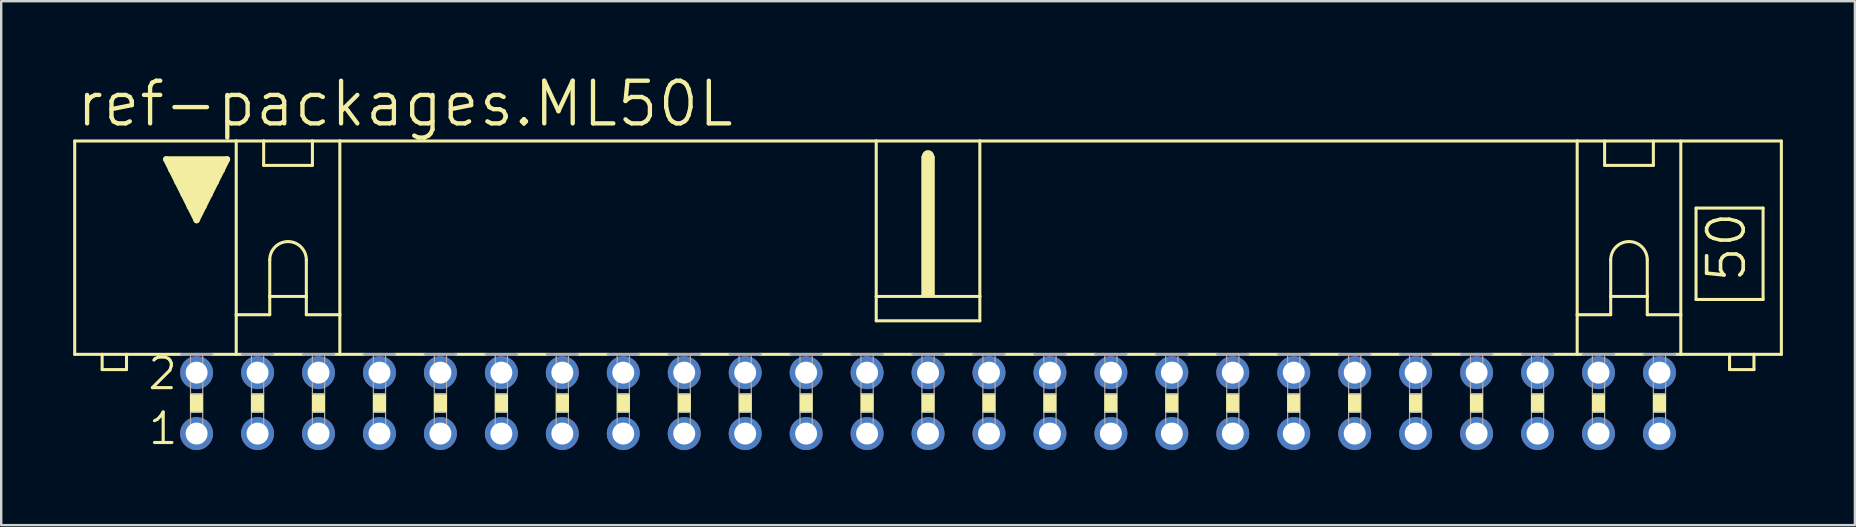
<source format=kicad_pcb>
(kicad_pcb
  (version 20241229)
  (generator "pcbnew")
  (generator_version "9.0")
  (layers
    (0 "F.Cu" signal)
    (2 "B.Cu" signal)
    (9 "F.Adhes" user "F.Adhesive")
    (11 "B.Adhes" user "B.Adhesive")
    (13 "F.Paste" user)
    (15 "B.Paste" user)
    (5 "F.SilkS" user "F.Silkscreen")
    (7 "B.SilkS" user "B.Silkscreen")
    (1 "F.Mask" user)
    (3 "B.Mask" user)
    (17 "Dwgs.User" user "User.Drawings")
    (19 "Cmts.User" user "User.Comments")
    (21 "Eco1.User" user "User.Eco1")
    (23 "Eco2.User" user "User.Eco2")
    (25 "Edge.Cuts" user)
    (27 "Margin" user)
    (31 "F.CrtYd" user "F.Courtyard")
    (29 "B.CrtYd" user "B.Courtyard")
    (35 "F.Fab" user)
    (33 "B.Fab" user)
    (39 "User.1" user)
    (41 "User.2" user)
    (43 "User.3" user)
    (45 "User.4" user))
  (footprint "ref-packages.ML50L"
    (layer "F.Cu")
    (at 35.623 13.748)
    (property "Reference" "ref-packages.ML50L" (at -35.585 -11.43 0) (layer "F.SilkS") (effects (font (size 1.778 1.778) (thickness 0.18)) (justify left bottom)))
    (attr through_hole)
    (fp_line (start -35.56 -10.922) (end -35.56 -2.032) (stroke (width 0.127) (type default)) (layer "F.SilkS"))
    (fp_line (start -34.417 -2.032) (end -35.56 -2.032) (stroke (width 0.127) (type default)) (layer "F.SilkS"))
    (fp_line (start -34.417 -2.032) (end -34.417 -1.397) (stroke (width 0.127) (type default)) (layer "F.SilkS"))
    (fp_line (start -33.401 -2.032) (end -34.417 -2.032) (stroke (width 0.127) (type default)) (layer "F.SilkS"))
    (fp_line (start -33.401 -1.397) (end -34.417 -1.397) (stroke (width 0.127) (type default)) (layer "F.SilkS"))
    (fp_line (start -33.401 -1.397) (end -33.401 -2.032) (stroke (width 0.127) (type default)) (layer "F.SilkS"))
    (fp_line (start -31.75 -10.16) (end -29.21 -10.16) (stroke (width 0.254) (type default)) (layer "F.SilkS"))
    (fp_line (start -31.115 -2.032) (end -33.401 -2.032) (stroke (width 0.127) (type default)) (layer "F.SilkS"))
    (fp_line (start -30.48 -7.62) (end -31.75 -10.16) (stroke (width 0.254) (type default)) (layer "F.SilkS"))
    (fp_line (start -29.845 -2.032) (end -28.829 -2.032) (stroke (width 0.127) (type default)) (layer "F.SilkS"))
    (fp_line (start -29.21 -10.16) (end -30.48 -7.62) (stroke (width 0.254) (type default)) (layer "F.SilkS"))
    (fp_line (start -28.829 -10.922) (end -35.56 -10.922) (stroke (width 0.127) (type default)) (layer "F.SilkS"))
    (fp_line (start -28.829 -10.922) (end -27.686 -10.922) (stroke (width 0.127) (type default)) (layer "F.SilkS"))
    (fp_line (start -28.829 -3.683) (end -28.829 -10.922) (stroke (width 0.127) (type default)) (layer "F.SilkS"))
    (fp_line (start -28.829 -3.683) (end -28.829 -2.032) (stroke (width 0.127) (type default)) (layer "F.SilkS"))
    (fp_line (start -28.829 -3.683) (end -27.432 -3.683) (stroke (width 0.127) (type default)) (layer "F.SilkS"))
    (fp_line (start -28.829 -2.032) (end -28.575 -2.032) (stroke (width 0.127) (type default)) (layer "F.SilkS"))
    (fp_line (start -27.686 -10.922) (end -25.654 -10.922) (stroke (width 0.127) (type default)) (layer "F.SilkS"))
    (fp_line (start -27.686 -9.906) (end -27.686 -10.922) (stroke (width 0.127) (type default)) (layer "F.SilkS"))
    (fp_line (start -27.686 -9.906) (end -25.654 -9.906) (stroke (width 0.127) (type default)) (layer "F.SilkS"))
    (fp_line (start -27.432 -5.969) (end -27.432 -4.445) (stroke (width 0.127) (type default)) (layer "F.SilkS"))
    (fp_line (start -27.432 -4.445) (end -27.432 -3.683) (stroke (width 0.127) (type default)) (layer "F.SilkS"))
    (fp_line (start -27.432 -4.445) (end -25.908 -4.445) (stroke (width 0.127) (type default)) (layer "F.SilkS"))
    (fp_line (start -27.305 -2.032) (end -26.035 -2.032) (stroke (width 0.127) (type default)) (layer "F.SilkS"))
    (fp_line (start -25.908 -5.969) (end -25.908 -4.445) (stroke (width 0.127) (type default)) (layer "F.SilkS"))
    (fp_line (start -25.908 -4.445) (end -25.908 -3.683) (stroke (width 0.127) (type default)) (layer "F.SilkS"))
    (fp_line (start -25.908 -3.683) (end -24.511 -3.683) (stroke (width 0.127) (type default)) (layer "F.SilkS"))
    (fp_line (start -25.654 -10.922) (end -25.654 -9.906) (stroke (width 0.127) (type default)) (layer "F.SilkS"))
    (fp_line (start -25.654 -10.922) (end -24.511 -10.922) (stroke (width 0.127) (type default)) (layer "F.SilkS"))
    (fp_line (start -24.511 -10.922) (end -2.159 -10.922) (stroke (width 0.127) (type default)) (layer "F.SilkS"))
    (fp_line (start -24.511 -3.683) (end -24.511 -10.922) (stroke (width 0.127) (type default)) (layer "F.SilkS"))
    (fp_line (start -24.511 -3.683) (end -24.511 -2.032) (stroke (width 0.127) (type default)) (layer "F.SilkS"))
    (fp_line (start -24.511 -2.032) (end -24.765 -2.032) (stroke (width 0.127) (type default)) (layer "F.SilkS"))
    (fp_line (start -24.511 -2.032) (end -23.495 -2.032) (stroke (width 0.127) (type default)) (layer "F.SilkS"))
    (fp_line (start -22.225 -2.032) (end -20.955 -2.032) (stroke (width 0.127) (type default)) (layer "F.SilkS"))
    (fp_line (start -19.685 -2.032) (end -18.415 -2.032) (stroke (width 0.127) (type default)) (layer "F.SilkS"))
    (fp_line (start -17.145 -2.032) (end -15.875 -2.032) (stroke (width 0.127) (type default)) (layer "F.SilkS"))
    (fp_line (start -14.605 -2.032) (end -13.335 -2.032) (stroke (width 0.127) (type default)) (layer "F.SilkS"))
    (fp_line (start -12.065 -2.032) (end -10.795 -2.032) (stroke (width 0.127) (type default)) (layer "F.SilkS"))
    (fp_line (start -9.525 -2.032) (end -8.255 -2.032) (stroke (width 0.127) (type default)) (layer "F.SilkS"))
    (fp_line (start -6.985 -2.032) (end -5.715 -2.032) (stroke (width 0.127) (type default)) (layer "F.SilkS"))
    (fp_line (start -4.445 -2.032) (end -3.175 -2.032) (stroke (width 0.127) (type default)) (layer "F.SilkS"))
    (fp_line (start -2.159 -10.922) (end -2.159 -4.445) (stroke (width 0.127) (type default)) (layer "F.SilkS"))
    (fp_line (start -2.159 -10.922) (end 2.159 -10.922) (stroke (width 0.127) (type default)) (layer "F.SilkS"))
    (fp_line (start -2.159 -4.445) (end -2.159 -3.429) (stroke (width 0.127) (type default)) (layer "F.SilkS"))
    (fp_line (start -1.905 -2.032) (end -0.635 -2.032) (stroke (width 0.127) (type default)) (layer "F.SilkS"))
    (fp_line (start 0 -10.033) (end 0 -10.287) (stroke (width 0.508) (type default)) (layer "F.SilkS"))
    (fp_line (start 0.635 -2.032) (end 1.905 -2.032) (stroke (width 0.127) (type default)) (layer "F.SilkS"))
    (fp_line (start 2.159 -10.922) (end 2.159 -4.445) (stroke (width 0.127) (type default)) (layer "F.SilkS"))
    (fp_line (start 2.159 -10.922) (end 27.051 -10.922) (stroke (width 0.127) (type default)) (layer "F.SilkS"))
    (fp_line (start 2.159 -4.445) (end -2.159 -4.445) (stroke (width 0.127) (type default)) (layer "F.SilkS"))
    (fp_line (start 2.159 -4.445) (end 2.159 -3.429) (stroke (width 0.127) (type default)) (layer "F.SilkS"))
    (fp_line (start 2.159 -3.429) (end -2.159 -3.429) (stroke (width 0.127) (type default)) (layer "F.SilkS"))
    (fp_line (start 3.175 -2.032) (end 4.445 -2.032) (stroke (width 0.127) (type default)) (layer "F.SilkS"))
    (fp_line (start 5.715 -2.032) (end 6.985 -2.032) (stroke (width 0.127) (type default)) (layer "F.SilkS"))
    (fp_line (start 8.255 -2.032) (end 9.525 -2.032) (stroke (width 0.127) (type default)) (layer "F.SilkS"))
    (fp_line (start 10.795 -2.032) (end 12.065 -2.032) (stroke (width 0.127) (type default)) (layer "F.SilkS"))
    (fp_line (start 13.335 -2.032) (end 14.605 -2.032) (stroke (width 0.127) (type default)) (layer "F.SilkS"))
    (fp_line (start 15.875 -2.032) (end 17.145 -2.032) (stroke (width 0.127) (type default)) (layer "F.SilkS"))
    (fp_line (start 18.415 -2.032) (end 19.685 -2.032) (stroke (width 0.127) (type default)) (layer "F.SilkS"))
    (fp_line (start 20.955 -2.032) (end 22.225 -2.032) (stroke (width 0.127) (type default)) (layer "F.SilkS"))
    (fp_line (start 23.495 -2.032) (end 24.765 -2.032) (stroke (width 0.127) (type default)) (layer "F.SilkS"))
    (fp_line (start 26.035 -2.032) (end 27.051 -2.032) (stroke (width 0.127) (type default)) (layer "F.SilkS"))
    (fp_line (start 27.051 -10.922) (end 35.56 -10.922) (stroke (width 0.127) (type default)) (layer "F.SilkS"))
    (fp_line (start 27.051 -3.683) (end 27.051 -10.922) (stroke (width 0.127) (type default)) (layer "F.SilkS"))
    (fp_line (start 27.051 -3.683) (end 27.051 -2.032) (stroke (width 0.127) (type default)) (layer "F.SilkS"))
    (fp_line (start 27.051 -3.683) (end 28.448 -3.683) (stroke (width 0.127) (type default)) (layer "F.SilkS"))
    (fp_line (start 27.051 -2.032) (end 27.305 -2.032) (stroke (width 0.127) (type default)) (layer "F.SilkS"))
    (fp_line (start 28.194 -9.906) (end 28.194 -10.922) (stroke (width 0.127) (type default)) (layer "F.SilkS"))
    (fp_line (start 28.194 -9.906) (end 30.226 -9.906) (stroke (width 0.127) (type default)) (layer "F.SilkS"))
    (fp_line (start 28.448 -5.969) (end 28.448 -4.445) (stroke (width 0.127) (type default)) (layer "F.SilkS"))
    (fp_line (start 28.448 -4.445) (end 28.448 -3.683) (stroke (width 0.127) (type default)) (layer "F.SilkS"))
    (fp_line (start 28.448 -4.445) (end 29.972 -4.445) (stroke (width 0.127) (type default)) (layer "F.SilkS"))
    (fp_line (start 28.575 -2.032) (end 29.845 -2.032) (stroke (width 0.127) (type default)) (layer "F.SilkS"))
    (fp_line (start 29.972 -5.969) (end 29.972 -4.445) (stroke (width 0.127) (type default)) (layer "F.SilkS"))
    (fp_line (start 29.972 -4.445) (end 29.972 -3.683) (stroke (width 0.127) (type default)) (layer "F.SilkS"))
    (fp_line (start 29.972 -3.683) (end 31.369 -3.683) (stroke (width 0.127) (type default)) (layer "F.SilkS"))
    (fp_line (start 30.226 -10.922) (end 30.226 -9.906) (stroke (width 0.127) (type default)) (layer "F.SilkS"))
    (fp_line (start 31.369 -3.683) (end 31.369 -10.922) (stroke (width 0.127) (type default)) (layer "F.SilkS"))
    (fp_line (start 31.369 -3.683) (end 31.369 -2.032) (stroke (width 0.127) (type default)) (layer "F.SilkS"))
    (fp_line (start 31.369 -2.032) (end 31.115 -2.032) (stroke (width 0.127) (type default)) (layer "F.SilkS"))
    (fp_line (start 32.004 -8.128) (end 32.004 -4.318) (stroke (width 0.127) (type default)) (layer "F.SilkS"))
    (fp_line (start 32.004 -8.128) (end 34.798 -8.128) (stroke (width 0.127) (type default)) (layer "F.SilkS"))
    (fp_line (start 32.004 -4.318) (end 34.798 -4.318) (stroke (width 0.127) (type default)) (layer "F.SilkS"))
    (fp_line (start 33.401 -2.032) (end 31.369 -2.032) (stroke (width 0.127) (type default)) (layer "F.SilkS"))
    (fp_line (start 33.401 -2.032) (end 33.401 -1.397) (stroke (width 0.127) (type default)) (layer "F.SilkS"))
    (fp_line (start 34.417 -2.032) (end 33.401 -2.032) (stroke (width 0.127) (type default)) (layer "F.SilkS"))
    (fp_line (start 34.417 -1.397) (end 33.401 -1.397) (stroke (width 0.127) (type default)) (layer "F.SilkS"))
    (fp_line (start 34.417 -1.397) (end 34.417 -2.032) (stroke (width 0.127) (type default)) (layer "F.SilkS"))
    (fp_line (start 34.798 -4.318) (end 34.798 -8.128) (stroke (width 0.127) (type default)) (layer "F.SilkS"))
    (fp_line (start 35.56 -2.032) (end 34.417 -2.032) (stroke (width 0.127) (type default)) (layer "F.SilkS"))
    (fp_line (start 35.56 -2.032) (end 35.56 -10.922) (stroke (width 0.127) (type default)) (layer "F.SilkS"))
    (fp_rect (start -31.623 -9.652) (end -29.337 -10.16) (stroke (width 0.05) (type default)) (fill yes) (layer "F.SilkS"))
    (fp_rect (start -31.369 -9.144) (end -29.591 -9.652) (stroke (width 0.05) (type default)) (fill yes) (layer "F.SilkS"))
    (fp_rect (start -31.115 -8.636) (end -29.845 -9.144) (stroke (width 0.05) (type default)) (fill yes) (layer "F.SilkS"))
    (fp_rect (start -30.861 -8.128) (end -30.099 -8.636) (stroke (width 0.05) (type default)) (fill yes) (layer "F.SilkS"))
    (fp_rect (start -30.734 0.381) (end -30.226 -0.381) (stroke (width 0.05) (type default)) (fill yes) (layer "F.SilkS"))
    (fp_rect (start -30.607 -7.874) (end -30.353 -8.128) (stroke (width 0.05) (type default)) (fill yes) (layer "F.SilkS"))
    (fp_rect (start -28.194 0.381) (end -27.686 -0.381) (stroke (width 0.05) (type default)) (fill yes) (layer "F.SilkS"))
    (fp_rect (start -25.654 0.381) (end -25.146 -0.381) (stroke (width 0.05) (type default)) (fill yes) (layer "F.SilkS"))
    (fp_rect (start -23.114 0.381) (end -22.606 -0.381) (stroke (width 0.05) (type default)) (fill yes) (layer "F.SilkS"))
    (fp_rect (start -20.574 0.381) (end -20.066 -0.381) (stroke (width 0.05) (type default)) (fill yes) (layer "F.SilkS"))
    (fp_rect (start -18.034 0.381) (end -17.526 -0.381) (stroke (width 0.05) (type default)) (fill yes) (layer "F.SilkS"))
    (fp_rect (start -15.494 0.381) (end -14.986 -0.381) (stroke (width 0.05) (type default)) (fill yes) (layer "F.SilkS"))
    (fp_rect (start -12.954 0.381) (end -12.446 -0.381) (stroke (width 0.05) (type default)) (fill yes) (layer "F.SilkS"))
    (fp_rect (start -10.414 0.381) (end -9.906 -0.381) (stroke (width 0.05) (type default)) (fill yes) (layer "F.SilkS"))
    (fp_rect (start -7.874 0.381) (end -7.366 -0.381) (stroke (width 0.05) (type default)) (fill yes) (layer "F.SilkS"))
    (fp_rect (start -5.334 0.381) (end -4.826 -0.381) (stroke (width 0.05) (type default)) (fill yes) (layer "F.SilkS"))
    (fp_rect (start -2.794 0.381) (end -2.286 -0.381) (stroke (width 0.05) (type default)) (fill yes) (layer "F.SilkS"))
    (fp_rect (start -0.254 -4.445) (end 0.254 -10.287) (stroke (width 0.05) (type default)) (fill yes) (layer "F.SilkS"))
    (fp_rect (start -0.254 0.381) (end 0.254 -0.381) (stroke (width 0.05) (type default)) (fill yes) (layer "F.SilkS"))
    (fp_rect (start 2.286 0.381) (end 2.794 -0.381) (stroke (width 0.05) (type default)) (fill yes) (layer "F.SilkS"))
    (fp_rect (start 4.826 0.381) (end 5.334 -0.381) (stroke (width 0.05) (type default)) (fill yes) (layer "F.SilkS"))
    (fp_rect (start 7.366 0.381) (end 7.874 -0.381) (stroke (width 0.05) (type default)) (fill yes) (layer "F.SilkS"))
    (fp_rect (start 9.906 0.381) (end 10.414 -0.381) (stroke (width 0.05) (type default)) (fill yes) (layer "F.SilkS"))
    (fp_rect (start 12.446 0.381) (end 12.954 -0.381) (stroke (width 0.05) (type default)) (fill yes) (layer "F.SilkS"))
    (fp_rect (start 14.986 0.381) (end 15.494 -0.381) (stroke (width 0.05) (type default)) (fill yes) (layer "F.SilkS"))
    (fp_rect (start 17.526 0.381) (end 18.034 -0.381) (stroke (width 0.05) (type default)) (fill yes) (layer "F.SilkS"))
    (fp_rect (start 20.066 0.381) (end 20.574 -0.381) (stroke (width 0.05) (type default)) (fill yes) (layer "F.SilkS"))
    (fp_rect (start 22.606 0.381) (end 23.114 -0.381) (stroke (width 0.05) (type default)) (fill yes) (layer "F.SilkS"))
    (fp_rect (start 25.146 0.381) (end 25.654 -0.381) (stroke (width 0.05) (type default)) (fill yes) (layer "F.SilkS"))
    (fp_rect (start 27.686 0.381) (end 28.194 -0.381) (stroke (width 0.05) (type default)) (fill yes) (layer "F.SilkS"))
    (fp_rect (start 30.226 0.381) (end 30.734 -0.381) (stroke (width 0.05) (type default)) (fill yes) (layer "F.SilkS"))
    (fp_arc (start -27.432 -5.969) (mid -26.67 -6.731) (end -25.908 -5.969) (stroke (width 0.127) (type default)) (layer "F.SilkS"))
    (fp_arc (start 28.448 -5.969) (mid 29.21 -6.731) (end 29.972 -5.969) (stroke (width 0.127) (type default)) (layer "F.SilkS"))
    (fp_line (start -31.115 -2.032) (end -29.845 -2.032) (stroke (width 0.127) (type default)) (layer "F.Fab"))
    (fp_line (start -28.575 -2.032) (end -27.305 -2.032) (stroke (width 0.127) (type default)) (layer "F.Fab"))
    (fp_line (start -26.035 -2.032) (end -24.765 -2.032) (stroke (width 0.127) (type default)) (layer "F.Fab"))
    (fp_line (start -23.495 -2.032) (end -22.225 -2.032) (stroke (width 0.127) (type default)) (layer "F.Fab"))
    (fp_line (start -20.955 -2.032) (end -19.685 -2.032) (stroke (width 0.127) (type default)) (layer "F.Fab"))
    (fp_line (start -18.415 -2.032) (end -17.145 -2.032) (stroke (width 0.127) (type default)) (layer "F.Fab"))
    (fp_line (start -15.875 -2.032) (end -14.605 -2.032) (stroke (width 0.127) (type default)) (layer "F.Fab"))
    (fp_line (start -13.335 -2.032) (end -12.065 -2.032) (stroke (width 0.127) (type default)) (layer "F.Fab"))
    (fp_line (start -10.795 -2.032) (end -9.525 -2.032) (stroke (width 0.127) (type default)) (layer "F.Fab"))
    (fp_line (start -8.255 -2.032) (end -6.985 -2.032) (stroke (width 0.127) (type default)) (layer "F.Fab"))
    (fp_line (start -5.715 -2.032) (end -4.445 -2.032) (stroke (width 0.127) (type default)) (layer "F.Fab"))
    (fp_line (start -3.175 -2.032) (end -1.905 -2.032) (stroke (width 0.127) (type default)) (layer "F.Fab"))
    (fp_line (start -0.635 -2.032) (end 0.635 -2.032) (stroke (width 0.127) (type default)) (layer "F.Fab"))
    (fp_line (start 1.905 -2.032) (end 3.175 -2.032) (stroke (width 0.127) (type default)) (layer "F.Fab"))
    (fp_line (start 4.445 -2.032) (end 5.715 -2.032) (stroke (width 0.127) (type default)) (layer "F.Fab"))
    (fp_line (start 6.985 -2.032) (end 8.255 -2.032) (stroke (width 0.127) (type default)) (layer "F.Fab"))
    (fp_line (start 9.525 -2.032) (end 10.795 -2.032) (stroke (width 0.127) (type default)) (layer "F.Fab"))
    (fp_line (start 13.335 -2.032) (end 12.065 -2.032) (stroke (width 0.127) (type default)) (layer "F.Fab"))
    (fp_line (start 15.875 -2.032) (end 14.605 -2.032) (stroke (width 0.127) (type default)) (layer "F.Fab"))
    (fp_line (start 18.415 -2.032) (end 17.145 -2.032) (stroke (width 0.127) (type default)) (layer "F.Fab"))
    (fp_line (start 20.955 -2.032) (end 19.685 -2.032) (stroke (width 0.127) (type default)) (layer "F.Fab"))
    (fp_line (start 23.495 -2.032) (end 22.225 -2.032) (stroke (width 0.127) (type default)) (layer "F.Fab"))
    (fp_line (start 26.035 -2.032) (end 24.765 -2.032) (stroke (width 0.127) (type default)) (layer "F.Fab"))
    (fp_line (start 28.575 -2.032) (end 27.305 -2.032) (stroke (width 0.127) (type default)) (layer "F.Fab"))
    (fp_line (start 31.115 -2.032) (end 29.845 -2.032) (stroke (width 0.127) (type default)) (layer "F.Fab"))
    (fp_rect (start -30.734 -0.381) (end -30.226 -2.032) (stroke (width 0.05) (type default)) (fill no) (layer "F.Fab"))
    (fp_rect (start -30.734 1.524) (end -30.226 0.381) (stroke (width 0.05) (type default)) (fill no) (layer "F.Fab"))
    (fp_rect (start -28.194 -0.381) (end -27.686 -2.032) (stroke (width 0.05) (type default)) (fill no) (layer "F.Fab"))
    (fp_rect (start -28.194 1.524) (end -27.686 0.381) (stroke (width 0.05) (type default)) (fill no) (layer "F.Fab"))
    (fp_rect (start -25.654 -0.381) (end -25.146 -2.032) (stroke (width 0.05) (type default)) (fill no) (layer "F.Fab"))
    (fp_rect (start -25.654 1.524) (end -25.146 0.381) (stroke (width 0.05) (type default)) (fill no) (layer "F.Fab"))
    (fp_rect (start -23.114 -0.381) (end -22.606 -2.032) (stroke (width 0.05) (type default)) (fill no) (layer "F.Fab"))
    (fp_rect (start -23.114 1.524) (end -22.606 0.381) (stroke (width 0.05) (type default)) (fill no) (layer "F.Fab"))
    (fp_rect (start -20.574 -0.381) (end -20.066 -2.032) (stroke (width 0.05) (type default)) (fill no) (layer "F.Fab"))
    (fp_rect (start -20.574 1.524) (end -20.066 0.381) (stroke (width 0.05) (type default)) (fill no) (layer "F.Fab"))
    (fp_rect (start -18.034 -0.381) (end -17.526 -2.032) (stroke (width 0.05) (type default)) (fill no) (layer "F.Fab"))
    (fp_rect (start -18.034 1.524) (end -17.526 0.381) (stroke (width 0.05) (type default)) (fill no) (layer "F.Fab"))
    (fp_rect (start -15.494 -0.381) (end -14.986 -2.032) (stroke (width 0.05) (type default)) (fill no) (layer "F.Fab"))
    (fp_rect (start -15.494 1.524) (end -14.986 0.381) (stroke (width 0.05) (type default)) (fill no) (layer "F.Fab"))
    (fp_rect (start -12.954 -0.381) (end -12.446 -2.032) (stroke (width 0.05) (type default)) (fill no) (layer "F.Fab"))
    (fp_rect (start -12.954 1.524) (end -12.446 0.381) (stroke (width 0.05) (type default)) (fill no) (layer "F.Fab"))
    (fp_rect (start -10.414 -0.381) (end -9.906 -2.032) (stroke (width 0.05) (type default)) (fill no) (layer "F.Fab"))
    (fp_rect (start -10.414 1.524) (end -9.906 0.381) (stroke (width 0.05) (type default)) (fill no) (layer "F.Fab"))
    (fp_rect (start -7.874 -0.381) (end -7.366 -2.032) (stroke (width 0.05) (type default)) (fill no) (layer "F.Fab"))
    (fp_rect (start -7.874 1.524) (end -7.366 0.381) (stroke (width 0.05) (type default)) (fill no) (layer "F.Fab"))
    (fp_rect (start -5.334 -0.381) (end -4.826 -2.032) (stroke (width 0.05) (type default)) (fill no) (layer "F.Fab"))
    (fp_rect (start -5.334 1.524) (end -4.826 0.381) (stroke (width 0.05) (type default)) (fill no) (layer "F.Fab"))
    (fp_rect (start -2.794 -0.381) (end -2.286 -2.032) (stroke (width 0.05) (type default)) (fill no) (layer "F.Fab"))
    (fp_rect (start -2.794 1.524) (end -2.286 0.381) (stroke (width 0.05) (type default)) (fill no) (layer "F.Fab"))
    (fp_rect (start -0.254 -0.381) (end 0.254 -2.032) (stroke (width 0.05) (type default)) (fill no) (layer "F.Fab"))
    (fp_rect (start -0.254 1.524) (end 0.254 0.381) (stroke (width 0.05) (type default)) (fill no) (layer "F.Fab"))
    (fp_rect (start 2.286 -0.381) (end 2.794 -2.032) (stroke (width 0.05) (type default)) (fill no) (layer "F.Fab"))
    (fp_rect (start 2.286 1.524) (end 2.794 0.381) (stroke (width 0.05) (type default)) (fill no) (layer "F.Fab"))
    (fp_rect (start 4.826 -0.381) (end 5.334 -2.032) (stroke (width 0.05) (type default)) (fill no) (layer "F.Fab"))
    (fp_rect (start 4.826 1.524) (end 5.334 0.381) (stroke (width 0.05) (type default)) (fill no) (layer "F.Fab"))
    (fp_rect (start 7.366 -0.381) (end 7.874 -2.032) (stroke (width 0.05) (type default)) (fill no) (layer "F.Fab"))
    (fp_rect (start 7.366 1.524) (end 7.874 0.381) (stroke (width 0.05) (type default)) (fill no) (layer "F.Fab"))
    (fp_rect (start 9.906 -0.381) (end 10.414 -2.032) (stroke (width 0.05) (type default)) (fill no) (layer "F.Fab"))
    (fp_rect (start 9.906 1.524) (end 10.414 0.381) (stroke (width 0.05) (type default)) (fill no) (layer "F.Fab"))
    (fp_rect (start 12.446 -0.381) (end 12.954 -2.032) (stroke (width 0.05) (type default)) (fill no) (layer "F.Fab"))
    (fp_rect (start 12.446 1.524) (end 12.954 0.381) (stroke (width 0.05) (type default)) (fill no) (layer "F.Fab"))
    (fp_rect (start 14.986 -0.381) (end 15.494 -2.032) (stroke (width 0.05) (type default)) (fill no) (layer "F.Fab"))
    (fp_rect (start 14.986 1.524) (end 15.494 0.381) (stroke (width 0.05) (type default)) (fill no) (layer "F.Fab"))
    (fp_rect (start 17.526 -0.381) (end 18.034 -2.032) (stroke (width 0.05) (type default)) (fill no) (layer "F.Fab"))
    (fp_rect (start 17.526 1.524) (end 18.034 0.381) (stroke (width 0.05) (type default)) (fill no) (layer "F.Fab"))
    (fp_rect (start 20.066 -0.381) (end 20.574 -2.032) (stroke (width 0.05) (type default)) (fill no) (layer "F.Fab"))
    (fp_rect (start 20.066 1.524) (end 20.574 0.381) (stroke (width 0.05) (type default)) (fill no) (layer "F.Fab"))
    (fp_rect (start 22.606 -0.381) (end 23.114 -2.032) (stroke (width 0.05) (type default)) (fill no) (layer "F.Fab"))
    (fp_rect (start 22.606 1.524) (end 23.114 0.381) (stroke (width 0.05) (type default)) (fill no) (layer "F.Fab"))
    (fp_rect (start 25.146 -0.381) (end 25.654 -2.032) (stroke (width 0.05) (type default)) (fill no) (layer "F.Fab"))
    (fp_rect (start 25.146 1.524) (end 25.654 0.381) (stroke (width 0.05) (type default)) (fill no) (layer "F.Fab"))
    (fp_rect (start 27.686 -0.381) (end 28.194 -2.032) (stroke (width 0.05) (type default)) (fill no) (layer "F.Fab"))
    (fp_rect (start 27.686 1.524) (end 28.194 0.381) (stroke (width 0.05) (type default)) (fill no) (layer "F.Fab"))
    (fp_rect (start 30.226 -0.381) (end 30.734 -2.032) (stroke (width 0.05) (type default)) (fill no) (layer "F.Fab"))
    (fp_rect (start 30.226 1.524) (end 30.734 0.381) (stroke (width 0.05) (type default)) (fill no) (layer "F.Fab"))
    (fp_text user "1" (at -32.563 1.803 0) (layer "F.SilkS") (effects (font (size 1.27 1.27) (thickness 0.13)) (justify left bottom)))
    (fp_text user "2" (at -32.588 -0.483 0) (layer "F.SilkS") (effects (font (size 1.27 1.27) (thickness 0.13)) (justify left bottom)))
    (fp_text user "50" (at 34.163 -4.953 90) (layer "F.SilkS") (effects (font (size 1.524 1.524) (thickness 0.15)) (justify left bottom)))
    (pad "1" thru_hole circle (at -30.48 1.27) (size 1.372 1.372) (drill 0.914) (layers "*.Cu" "*.Mask"))
    (pad "2" thru_hole circle (at -30.48 -1.27) (size 1.372 1.372) (drill 0.914) (layers "*.Cu" "*.Mask"))
    (pad "3" thru_hole circle (at -27.94 1.27) (size 1.372 1.372) (drill 0.914) (layers "*.Cu" "*.Mask"))
    (pad "4" thru_hole circle (at -27.94 -1.27) (size 1.372 1.372) (drill 0.914) (layers "*.Cu" "*.Mask"))
    (pad "5" thru_hole circle (at -25.4 1.27) (size 1.372 1.372) (drill 0.914) (layers "*.Cu" "*.Mask"))
    (pad "6" thru_hole circle (at -25.4 -1.27) (size 1.372 1.372) (drill 0.914) (layers "*.Cu" "*.Mask"))
    (pad "7" thru_hole circle (at -22.86 1.27) (size 1.372 1.372) (drill 0.914) (layers "*.Cu" "*.Mask"))
    (pad "8" thru_hole circle (at -22.86 -1.27) (size 1.372 1.372) (drill 0.914) (layers "*.Cu" "*.Mask"))
    (pad "9" thru_hole circle (at -20.32 1.27) (size 1.372 1.372) (drill 0.914) (layers "*.Cu" "*.Mask"))
    (pad "10" thru_hole circle (at -20.32 -1.27) (size 1.372 1.372) (drill 0.914) (layers "*.Cu" "*.Mask"))
    (pad "11" thru_hole circle (at -17.78 1.27) (size 1.372 1.372) (drill 0.914) (layers "*.Cu" "*.Mask"))
    (pad "12" thru_hole circle (at -17.78 -1.27) (size 1.372 1.372) (drill 0.914) (layers "*.Cu" "*.Mask"))
    (pad "13" thru_hole circle (at -15.24 1.27) (size 1.372 1.372) (drill 0.914) (layers "*.Cu" "*.Mask"))
    (pad "14" thru_hole circle (at -15.24 -1.27) (size 1.372 1.372) (drill 0.914) (layers "*.Cu" "*.Mask"))
    (pad "15" thru_hole circle (at -12.7 1.27) (size 1.372 1.372) (drill 0.914) (layers "*.Cu" "*.Mask"))
    (pad "16" thru_hole circle (at -12.7 -1.27) (size 1.372 1.372) (drill 0.914) (layers "*.Cu" "*.Mask"))
    (pad "17" thru_hole circle (at -10.16 1.27) (size 1.372 1.372) (drill 0.914) (layers "*.Cu" "*.Mask"))
    (pad "18" thru_hole circle (at -10.16 -1.27) (size 1.372 1.372) (drill 0.914) (layers "*.Cu" "*.Mask"))
    (pad "19" thru_hole circle (at -7.62 1.27) (size 1.372 1.372) (drill 0.914) (layers "*.Cu" "*.Mask"))
    (pad "20" thru_hole circle (at -7.62 -1.27) (size 1.372 1.372) (drill 0.914) (layers "*.Cu" "*.Mask"))
    (pad "21" thru_hole circle (at -5.08 1.27) (size 1.372 1.372) (drill 0.914) (layers "*.Cu" "*.Mask"))
    (pad "22" thru_hole circle (at -5.08 -1.27) (size 1.372 1.372) (drill 0.914) (layers "*.Cu" "*.Mask"))
    (pad "23" thru_hole circle (at -2.54 1.27) (size 1.372 1.372) (drill 0.914) (layers "*.Cu" "*.Mask"))
    (pad "24" thru_hole circle (at -2.54 -1.27) (size 1.372 1.372) (drill 0.914) (layers "*.Cu" "*.Mask"))
    (pad "25" thru_hole circle (at 0 1.27) (size 1.372 1.372) (drill 0.914) (layers "*.Cu" "*.Mask"))
    (pad "26" thru_hole circle (at 0 -1.27) (size 1.372 1.372) (drill 0.914) (layers "*.Cu" "*.Mask"))
    (pad "27" thru_hole circle (at 2.54 1.27) (size 1.372 1.372) (drill 0.914) (layers "*.Cu" "*.Mask"))
    (pad "28" thru_hole circle (at 2.54 -1.27) (size 1.372 1.372) (drill 0.914) (layers "*.Cu" "*.Mask"))
    (pad "29" thru_hole circle (at 5.08 1.27) (size 1.372 1.372) (drill 0.914) (layers "*.Cu" "*.Mask"))
    (pad "30" thru_hole circle (at 5.08 -1.27) (size 1.372 1.372) (drill 0.914) (layers "*.Cu" "*.Mask"))
    (pad "31" thru_hole circle (at 7.62 1.27) (size 1.372 1.372) (drill 0.914) (layers "*.Cu" "*.Mask"))
    (pad "32" thru_hole circle (at 7.62 -1.27) (size 1.372 1.372) (drill 0.914) (layers "*.Cu" "*.Mask"))
    (pad "33" thru_hole circle (at 10.16 1.27) (size 1.372 1.372) (drill 0.914) (layers "*.Cu" "*.Mask"))
    (pad "34" thru_hole circle (at 10.16 -1.27) (size 1.372 1.372) (drill 0.914) (layers "*.Cu" "*.Mask"))
    (pad "35" thru_hole circle (at 12.7 1.27) (size 1.372 1.372) (drill 0.914) (layers "*.Cu" "*.Mask"))
    (pad "36" thru_hole circle (at 12.7 -1.27) (size 1.372 1.372) (drill 0.914) (layers "*.Cu" "*.Mask"))
    (pad "37" thru_hole circle (at 15.24 1.27) (size 1.372 1.372) (drill 0.914) (layers "*.Cu" "*.Mask"))
    (pad "38" thru_hole circle (at 15.24 -1.27) (size 1.372 1.372) (drill 0.914) (layers "*.Cu" "*.Mask"))
    (pad "39" thru_hole circle (at 17.78 1.27) (size 1.372 1.372) (drill 0.914) (layers "*.Cu" "*.Mask"))
    (pad "40" thru_hole circle (at 17.78 -1.27) (size 1.372 1.372) (drill 0.914) (layers "*.Cu" "*.Mask"))
    (pad "41" thru_hole circle (at 20.32 1.27) (size 1.372 1.372) (drill 0.914) (layers "*.Cu" "*.Mask"))
    (pad "42" thru_hole circle (at 20.32 -1.27) (size 1.372 1.372) (drill 0.914) (layers "*.Cu" "*.Mask"))
    (pad "43" thru_hole circle (at 22.86 1.27) (size 1.372 1.372) (drill 0.914) (layers "*.Cu" "*.Mask"))
    (pad "44" thru_hole circle (at 22.86 -1.27) (size 1.372 1.372) (drill 0.914) (layers "*.Cu" "*.Mask"))
    (pad "45" thru_hole circle (at 25.4 1.27) (size 1.372 1.372) (drill 0.914) (layers "*.Cu" "*.Mask"))
    (pad "46" thru_hole circle (at 25.4 -1.27) (size 1.372 1.372) (drill 0.914) (layers "*.Cu" "*.Mask"))
    (pad "47" thru_hole circle (at 27.94 1.27) (size 1.372 1.372) (drill 0.914) (layers "*.Cu" "*.Mask"))
    (pad "48" thru_hole circle (at 27.94 -1.27) (size 1.372 1.372) (drill 0.914) (layers "*.Cu" "*.Mask"))
    (pad "49" thru_hole circle (at 30.48 1.27) (size 1.372 1.372) (drill 0.914) (layers "*.Cu" "*.Mask"))
    (pad "50" thru_hole circle (at 30.48 -1.27) (size 1.372 1.372) (drill 0.914) (layers "*.Cu" "*.Mask")))
  (gr_rect
    (start -3 -3)
    (end 74.247 18.834)
    (stroke (width 0.1) (type default))
    (fill no)
    (layer "Edge.Cuts")))
</source>
